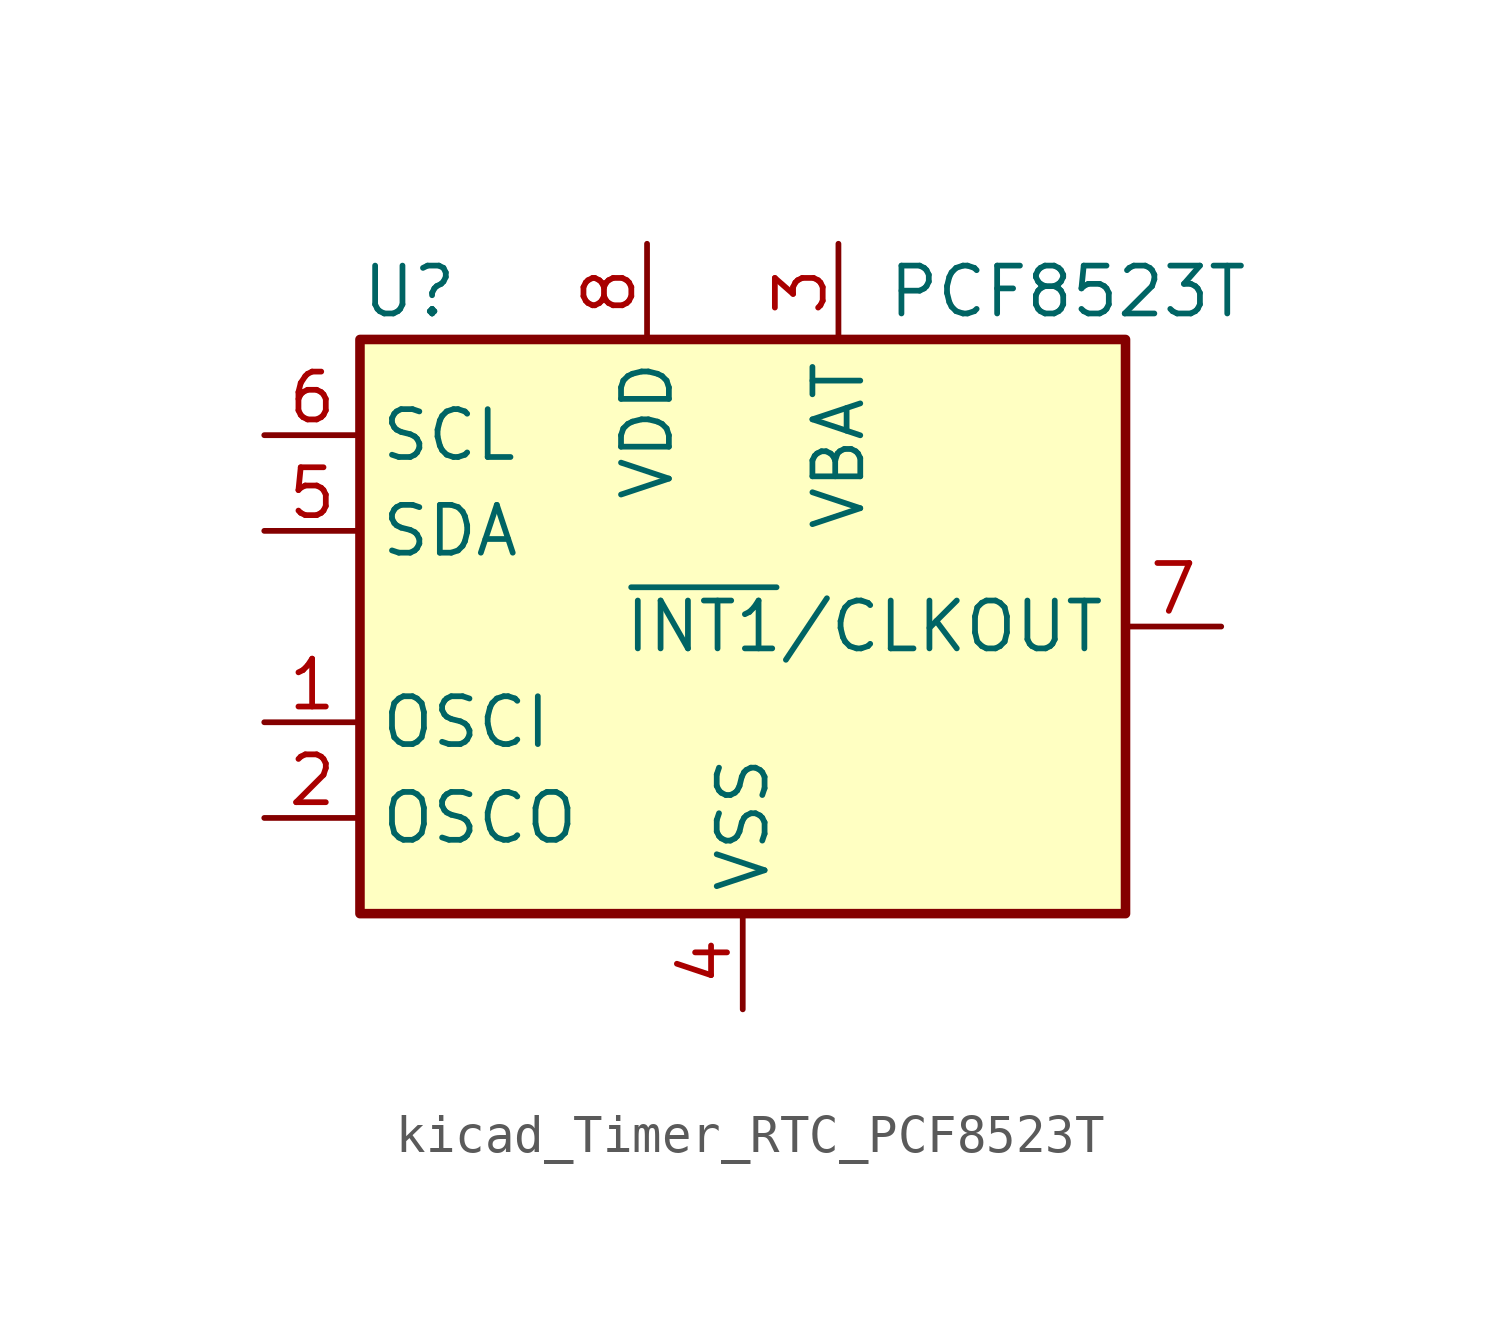
<source format=kicad_sym>
(kicad_symbol_lib
  (version 20220914)
  (generator kicad_symbol_editor)
  (symbol "kicad_Timer_RTC_PCF8523T"
    (property "Reference" "U"
      (at -10.16 8.89 0)
      (effects (font (size 1.27 1.27)) (justify left)))
    (property "Value" "PCF8523T"
      (at 3.81 8.89 0)
      (effects (font (size 1.27 1.27)) (justify left)))
    (symbol "kicad_Timer_RTC_PCF8523T_0_1"
      (rectangle (start -10.16 7.62) (end 10.16 -7.62) (stroke (width 0.254) (type default)) (fill (type background))))
    (symbol "kicad_Timer_RTC_PCF8523T_1_1"
      (pin input line (at -12.7 -2.54 0) (length 2.54) (name "OSCI" (effects (font (size 1.27 1.27)))) (number "1" (effects (font (size 1.27 1.27)))))
      (pin output line (at -12.7 -5.08 0) (length 2.54) (name "OSCO" (effects (font (size 1.27 1.27)))) (number "2" (effects (font (size 1.27 1.27)))))
      (pin power_in line (at 2.54 10.16 270) (length 2.54) (name "VBAT" (effects (font (size 1.27 1.27)))) (number "3" (effects (font (size 1.27 1.27)))))
      (pin power_in line (at 0 -10.16 90) (length 2.54) (name "VSS" (effects (font (size 1.27 1.27)))) (number "4" (effects (font (size 1.27 1.27)))))
      (pin bidirectional line (at -12.7 2.54 0) (length 2.54) (name "SDA" (effects (font (size 1.27 1.27)))) (number "5" (effects (font (size 1.27 1.27)))))
      (pin input line (at -12.7 5.08 0) (length 2.54) (name "SCL" (effects (font (size 1.27 1.27)))) (number "6" (effects (font (size 1.27 1.27)))))
      (pin open_collector line (at 12.7 0 180) (length 2.54) (name "~{INT1}/CLKOUT" (effects (font (size 1.27 1.27)))) (number "7" (effects (font (size 1.27 1.27)))))
      (pin power_in line (at -2.54 10.16 270) (length 2.54) (name "VDD" (effects (font (size 1.27 1.27)))) (number "8" (effects (font (size 1.27 1.27))))))))
</source>
